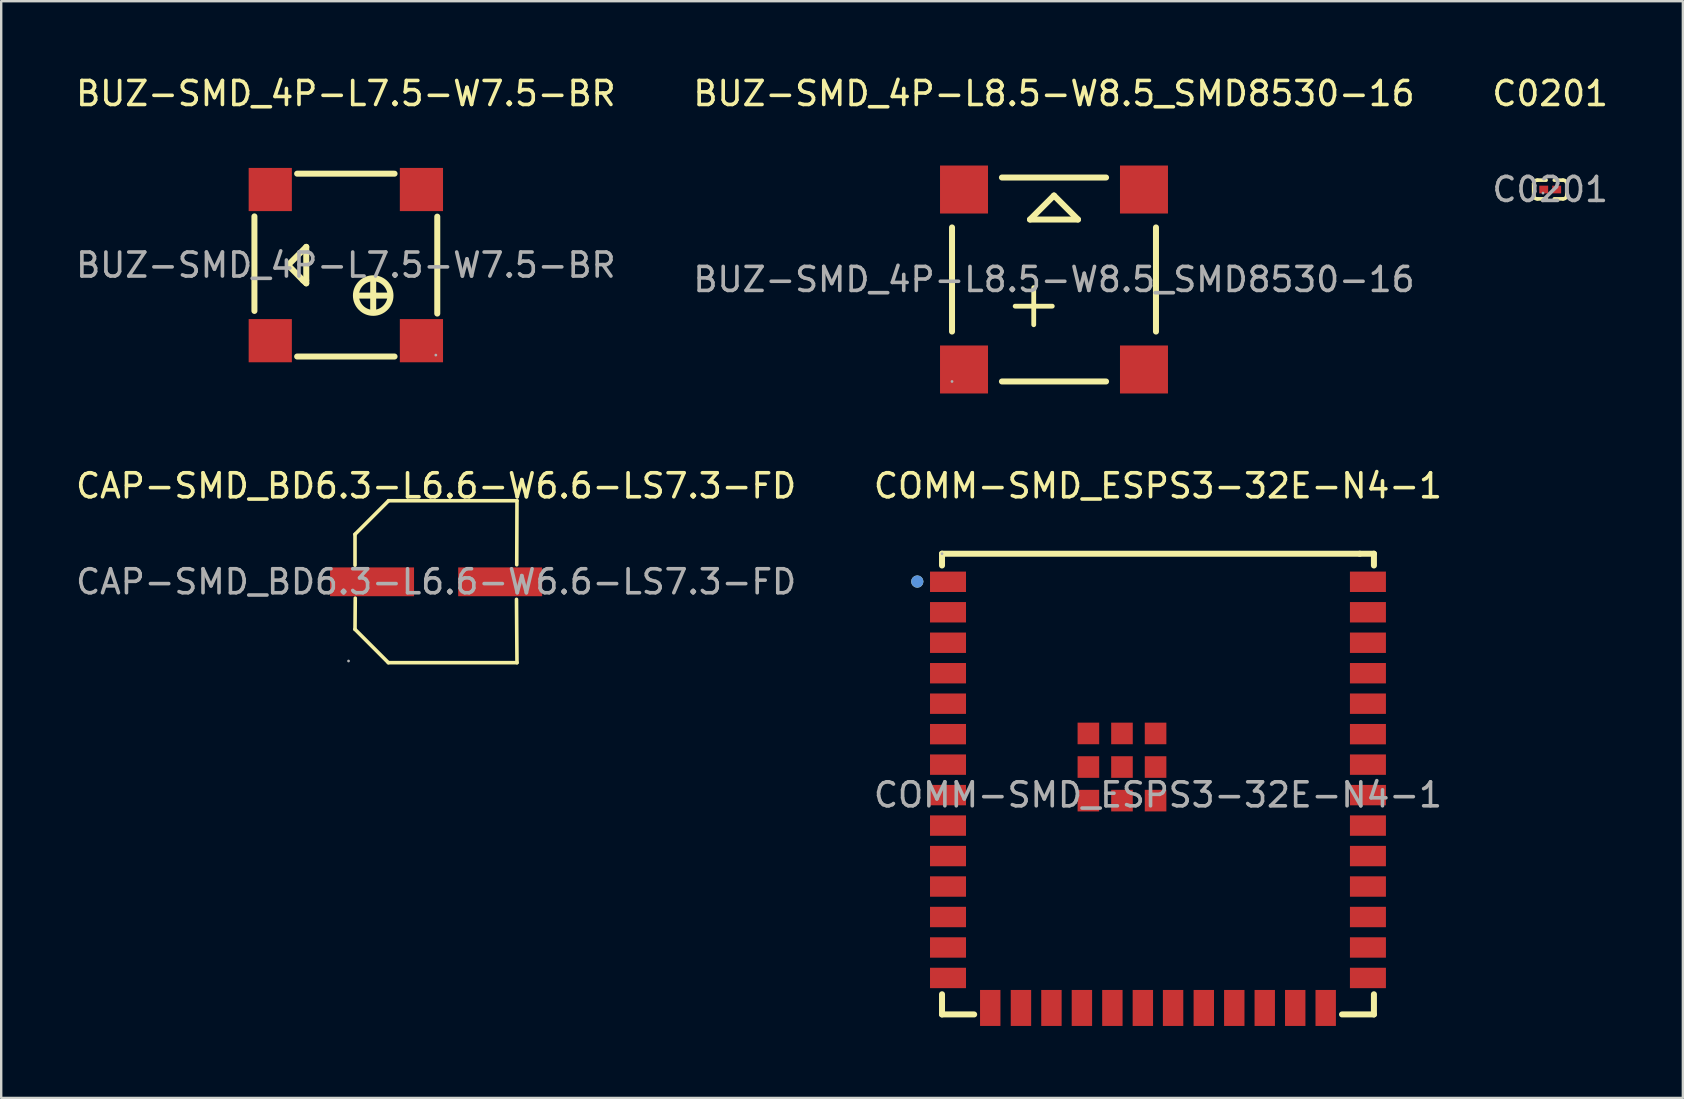
<source format=kicad_pcb>
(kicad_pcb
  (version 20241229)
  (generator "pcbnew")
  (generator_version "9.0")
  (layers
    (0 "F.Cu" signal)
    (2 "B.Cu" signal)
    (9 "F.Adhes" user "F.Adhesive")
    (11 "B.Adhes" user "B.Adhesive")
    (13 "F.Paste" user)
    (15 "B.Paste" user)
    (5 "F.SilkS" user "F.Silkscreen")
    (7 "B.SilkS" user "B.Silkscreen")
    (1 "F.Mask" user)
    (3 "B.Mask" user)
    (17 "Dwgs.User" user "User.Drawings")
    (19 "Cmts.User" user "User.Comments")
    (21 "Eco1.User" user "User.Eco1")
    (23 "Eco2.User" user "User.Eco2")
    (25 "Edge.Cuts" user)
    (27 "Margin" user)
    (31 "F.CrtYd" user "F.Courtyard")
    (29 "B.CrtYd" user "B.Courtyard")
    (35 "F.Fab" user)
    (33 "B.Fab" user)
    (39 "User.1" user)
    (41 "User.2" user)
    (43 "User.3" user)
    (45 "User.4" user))
  (footprint "C0201"
    (layer "F.Cu")
    (at 61.554 4.848)
    (property "Reference" "C0201" (at 0 -4 0) (layer "F.SilkS") (effects (font (size 1 1) (thickness 0.15))))
    (attr through_hole)
    (fp_line (start -0.69 0.24) (end -0.69 -0.24) (stroke (width 0.15) (type solid)) (layer "F.SilkS"))
    (fp_line (start -0.53 -0.39) (end -0.17 -0.39) (stroke (width 0.15) (type solid)) (layer "F.SilkS"))
    (fp_line (start -0.17 0.39) (end -0.53 0.39) (stroke (width 0.15) (type solid)) (layer "F.SilkS"))
    (fp_line (start 0.17 0.39) (end 0.53 0.39) (stroke (width 0.15) (type solid)) (layer "F.SilkS"))
    (fp_line (start 0.53 -0.39) (end 0.17 -0.39) (stroke (width 0.15) (type solid)) (layer "F.SilkS"))
    (fp_line (start 0.69 0.24) (end 0.69 -0.24) (stroke (width 0.15) (type solid)) (layer "F.SilkS"))
    (fp_arc (start -0.690333 -0.239643) (mid -0.642836 -0.349658) (end -0.53 -0.39) (stroke (width 0.15) (type solid)) (layer "F.SilkS"))
    (fp_arc (start -0.529667 0.389644) (mid -0.642348 0.349659) (end -0.69 0.24) (stroke (width 0.15) (type solid)) (layer "F.SilkS"))
    (fp_arc (start 0.53 -0.39) (mid 0.642835 -0.349658) (end 0.690333 -0.239643) (stroke (width 0.15) (type solid)) (layer "F.SilkS"))
    (fp_arc (start 0.69 0.24) (mid 0.642348 0.349658) (end 0.529667 0.389644) (stroke (width 0.15) (type solid)) (layer "F.SilkS"))
    (fp_circle (center -0.3 0.15) (end -0.27 0.15) (stroke (width 0.06) (type solid)) (fill no) (layer "F.Fab"))
    (fp_text user "${REFERENCE}" (at 0 0 0) (layer "F.Fab") (effects (font (size 1 1) (thickness 0.15))))
    (pad "1" smd rect (at -0.27 0) (size 0.37 0.32) (layers "F.Cu" "F.Mask" "F.Paste"))
    (pad "2" smd rect (at 0.27 0) (size 0.37 0.32) (layers "F.Cu" "F.Mask" "F.Paste")))
  (footprint "CAP-SMD_BD6.3-L6.6-W6.6-LS7.3-FD"
    (layer "F.Cu")
    (at 15.125 21.197)
    (property "Reference" "CAP-SMD_BD6.3-L6.6-W6.6-LS7.3-FD" (at 0 -4 0) (layer "F.SilkS") (effects (font (size 1 1) (thickness 0.15))))
    (attr smd)
    (fp_line (start -3.38 -1.98) (end -3.38 -0.69) (stroke (width 0.15) (type solid)) (layer "F.SilkS"))
    (fp_line (start -3.38 1.98) (end -3.37 0.68) (stroke (width 0.15) (type solid)) (layer "F.SilkS"))
    (fp_line (start -1.99 3.37) (end -3.38 1.98) (stroke (width 0.15) (type solid)) (layer "F.SilkS"))
    (fp_line (start -1.98 -3.38) (end -3.38 -1.98) (stroke (width 0.15) (type solid)) (layer "F.SilkS"))
    (fp_line (start 3.35 0.73) (end 3.37 3.37) (stroke (width 0.15) (type solid)) (layer "F.SilkS"))
    (fp_line (start 3.36 -0.71) (end 3.37 -3.38) (stroke (width 0.15) (type solid)) (layer "F.SilkS"))
    (fp_line (start 3.37 -3.38) (end -1.98 -3.38) (stroke (width 0.15) (type solid)) (layer "F.SilkS"))
    (fp_line (start 3.37 3.37) (end -1.99 3.37) (stroke (width 0.15) (type solid)) (layer "F.SilkS"))
    (fp_circle (center -3.65 3.3) (end -3.62 3.3) (stroke (width 0.06) (type solid)) (fill no) (layer "F.Fab"))
    (fp_text user "${REFERENCE}" (at 0 0 0) (layer "F.Fab") (effects (font (size 1 1) (thickness 0.15))))
    (pad "1" smd rect (at -2.67 0) (size 3.5 1.2) (layers "F.Cu" "F.Mask" "F.Paste"))
    (pad "2" smd rect (at 2.67 0) (size 3.5 1.2) (layers "F.Cu" "F.Mask" "F.Paste")))
  (footprint "COMM-SMD_ESPS3-32E-N4-1"
    (layer "F.Cu")
    (at 45.208 30.076)
    (property "Reference" "COMM-SMD_ESPS3-32E-N4-1" (at 0 -12.88 0) (layer "F.SilkS") (effects (font (size 1 1) (thickness 0.15))))
    (attr smd)
    (fp_line (start -9 -10.05) (end -9 -9.56) (stroke (width 0.25) (type solid)) (layer "F.SilkS"))
    (fp_line (start -9 8.31) (end -9 9.15) (stroke (width 0.25) (type solid)) (layer "F.SilkS"))
    (fp_line (start -9 9.15) (end -7.66 9.15) (stroke (width 0.25) (type solid)) (layer "F.SilkS"))
    (fp_line (start 7.67 9.15) (end 9 9.15) (stroke (width 0.25) (type solid)) (layer "F.SilkS"))
    (fp_line (start 8.41 -10.05) (end -9 -10.05) (stroke (width 0.25) (type solid)) (layer "F.SilkS"))
    (fp_line (start 9 -10.05) (end 8.41 -10.05) (stroke (width 0.25) (type solid)) (layer "F.SilkS"))
    (fp_line (start 9 -9.56) (end 9 -10.05) (stroke (width 0.25) (type solid)) (layer "F.SilkS"))
    (fp_line (start 9 9.15) (end 9 8.31) (stroke (width 0.25) (type solid)) (layer "F.SilkS"))
    (fp_circle (center -10.03 -8.89) (end -9.9 -8.89) (stroke (width 0.25) (type solid)) (fill no) (layer "F.SilkS"))
    (fp_circle (center -10.03 -8.89) (end -9.9 -8.89) (stroke (width 0.25) (type solid)) (fill no) (layer "Cmts.User"))
    (fp_circle (center -9 -10.05) (end -8.97 -10.05) (stroke (width 0.06) (type solid)) (fill no) (layer "F.Fab"))
    (fp_text user "${REFERENCE}" (at 0 0 0) (layer "F.Fab") (effects (font (size 1 1) (thickness 0.15))))
    (pad "1" smd rect (at -8.75 -8.88) (size 1.5 0.85) (layers "F.Cu" "F.Mask" "F.Paste"))
    (pad "2" smd rect (at -8.75 -7.61) (size 1.5 0.85) (layers "F.Cu" "F.Mask" "F.Paste"))
    (pad "3" smd rect (at -8.75 -6.34) (size 1.5 0.85) (layers "F.Cu" "F.Mask" "F.Paste"))
    (pad "4" smd rect (at -8.75 -5.07) (size 1.5 0.85) (layers "F.Cu" "F.Mask" "F.Paste"))
    (pad "5" smd rect (at -8.75 -3.8) (size 1.5 0.85) (layers "F.Cu" "F.Mask" "F.Paste"))
    (pad "6" smd rect (at -8.75 -2.53) (size 1.5 0.85) (layers "F.Cu" "F.Mask" "F.Paste"))
    (pad "7" smd rect (at -8.75 -1.26) (size 1.5 0.85) (layers "F.Cu" "F.Mask" "F.Paste"))
    (pad "8" smd rect (at -8.75 0.01) (size 1.5 0.85) (layers "F.Cu" "F.Mask" "F.Paste"))
    (pad "9" smd rect (at -8.75 1.28) (size 1.5 0.85) (layers "F.Cu" "F.Mask" "F.Paste"))
    (pad "10" smd rect (at -8.75 2.55) (size 1.5 0.85) (layers "F.Cu" "F.Mask" "F.Paste"))
    (pad "11" smd rect (at -8.75 3.82) (size 1.5 0.85) (layers "F.Cu" "F.Mask" "F.Paste"))
    (pad "12" smd rect (at -8.75 5.09) (size 1.5 0.85) (layers "F.Cu" "F.Mask" "F.Paste"))
    (pad "13" smd rect (at -8.75 6.36) (size 1.5 0.85) (layers "F.Cu" "F.Mask" "F.Paste"))
    (pad "14" smd rect (at -8.75 7.63) (size 1.5 0.85) (layers "F.Cu" "F.Mask" "F.Paste"))
    (pad "15" smd rect (at -6.99 8.88 90) (size 1.5 0.85) (layers "F.Cu" "F.Mask" "F.Paste"))
    (pad "16" smd rect (at -5.71 8.88 90) (size 1.5 0.85) (layers "F.Cu" "F.Mask" "F.Paste"))
    (pad "17" smd rect (at -4.44 8.88 90) (size 1.5 0.85) (layers "F.Cu" "F.Mask" "F.Paste"))
    (pad "18" smd rect (at -3.17 8.88 90) (size 1.5 0.85) (layers "F.Cu" "F.Mask" "F.Paste"))
    (pad "19" smd rect (at -1.9 8.88 90) (size 1.5 0.85) (layers "F.Cu" "F.Mask" "F.Paste"))
    (pad "20" smd rect (at -0.63 8.88 90) (size 1.5 0.85) (layers "F.Cu" "F.Mask" "F.Paste"))
    (pad "21" smd rect (at 0.63 8.88 90) (size 1.5 0.85) (layers "F.Cu" "F.Mask" "F.Paste"))
    (pad "22" smd rect (at 1.91 8.88 90) (size 1.5 0.85) (layers "F.Cu" "F.Mask" "F.Paste"))
    (pad "23" smd rect (at 3.18 8.88 90) (size 1.5 0.85) (layers "F.Cu" "F.Mask" "F.Paste"))
    (pad "24" smd rect (at 4.45 8.88 90) (size 1.5 0.85) (layers "F.Cu" "F.Mask" "F.Paste"))
    (pad "25" smd rect (at 5.72 8.88 90) (size 1.5 0.85) (layers "F.Cu" "F.Mask" "F.Paste"))
    (pad "26" smd rect (at 6.99 8.88 90) (size 1.5 0.85) (layers "F.Cu" "F.Mask" "F.Paste"))
    (pad "27" smd rect (at 8.75 7.63 180) (size 1.5 0.85) (layers "F.Cu" "F.Mask" "F.Paste"))
    (pad "28" smd rect (at 8.75 6.36 180) (size 1.5 0.85) (layers "F.Cu" "F.Mask" "F.Paste"))
    (pad "29" smd rect (at 8.75 5.09 180) (size 1.5 0.85) (layers "F.Cu" "F.Mask" "F.Paste"))
    (pad "30" smd rect (at 8.75 3.82 180) (size 1.5 0.85) (layers "F.Cu" "F.Mask" "F.Paste"))
    (pad "31" smd rect (at 8.75 2.55 180) (size 1.5 0.85) (layers "F.Cu" "F.Mask" "F.Paste"))
    (pad "32" smd rect (at 8.75 1.28 180) (size 1.5 0.85) (layers "F.Cu" "F.Mask" "F.Paste"))
    (pad "33" smd rect (at 8.75 0.01 180) (size 1.5 0.85) (layers "F.Cu" "F.Mask" "F.Paste"))
    (pad "34" smd rect (at 8.75 -1.26 180) (size 1.5 0.85) (layers "F.Cu" "F.Mask" "F.Paste"))
    (pad "35" smd rect (at 8.75 -2.53 180) (size 1.5 0.85) (layers "F.Cu" "F.Mask" "F.Paste"))
    (pad "36" smd rect (at 8.75 -3.8 180) (size 1.5 0.85) (layers "F.Cu" "F.Mask" "F.Paste"))
    (pad "37" smd rect (at 8.75 -5.07 180) (size 1.5 0.85) (layers "F.Cu" "F.Mask" "F.Paste"))
    (pad "38" smd rect (at 8.75 -6.34 180) (size 1.5 0.85) (layers "F.Cu" "F.Mask" "F.Paste"))
    (pad "39" smd rect (at 8.75 -7.61 180) (size 1.5 0.85) (layers "F.Cu" "F.Mask" "F.Paste"))
    (pad "40" smd rect (at 8.75 -8.88 180) (size 1.5 0.85) (layers "F.Cu" "F.Mask" "F.Paste"))
    (pad "41" smd rect (at -2.9 -2.56 180) (size 0.9 0.9) (layers "F.Cu" "F.Mask" "F.Paste"))
    (pad "41" smd rect (at -2.9 -1.16 180) (size 0.9 0.9) (layers "F.Cu" "F.Mask" "F.Paste"))
    (pad "41" smd rect (at -2.9 0.24 180) (size 0.9 0.9) (layers "F.Cu" "F.Mask" "F.Paste"))
    (pad "41" smd rect (at -1.5 -2.56 180) (size 0.9 0.9) (layers "F.Cu" "F.Mask" "F.Paste"))
    (pad "41" smd rect (at -1.5 -1.16 180) (size 0.9 0.9) (layers "F.Cu" "F.Mask" "F.Paste"))
    (pad "41" smd rect (at -1.5 0.24 180) (size 0.9 0.9) (layers "F.Cu" "F.Mask" "F.Paste"))
    (pad "41" smd rect (at -0.1 -2.56 180) (size 0.9 0.9) (layers "F.Cu" "F.Mask" "F.Paste"))
    (pad "41" smd rect (at -0.1 -1.16 180) (size 0.9 0.9) (layers "F.Cu" "F.Mask" "F.Paste"))
    (pad "41" smd rect (at -0.1 0.24 180) (size 0.9 0.9) (layers "F.Cu" "F.Mask" "F.Paste")))
  (footprint "BUZ-SMD_4P-L7.5-W7.5-BR"
    (layer "F.Cu")
    (at 11.363 7.998)
    (property "Reference" "BUZ-SMD_4P-L7.5-W7.5-BR" (at 0 -7.15 0) (layer "F.SilkS") (effects (font (size 1 1) (thickness 0.15))))
    (attr through_hole)
    (fp_line (start -3.81 -2.03) (end -3.81 1.91) (stroke (width 0.25) (type solid)) (layer "F.SilkS"))
    (fp_line (start -2.41 0) (end -1.65 -0.76) (stroke (width 0.25) (type solid)) (layer "F.SilkS"))
    (fp_line (start -2.03 3.81) (end 2.03 3.81) (stroke (width 0.25) (type solid)) (layer "F.SilkS"))
    (fp_line (start -1.78 0.64) (end -2.41 0) (stroke (width 0.25) (type solid)) (layer "F.SilkS"))
    (fp_line (start -1.65 -0.76) (end -1.65 0.64) (stroke (width 0.25) (type solid)) (layer "F.SilkS"))
    (fp_line (start -1.65 0.64) (end -1.65 0.76) (stroke (width 0.25) (type solid)) (layer "F.SilkS"))
    (fp_line (start -1.65 0.76) (end -1.78 0.64) (stroke (width 0.25) (type solid)) (layer "F.SilkS"))
    (fp_line (start 0.51 1.27) (end 1.78 1.27) (stroke (width 0.25) (type solid)) (layer "F.SilkS"))
    (fp_line (start 1.14 0.64) (end 1.14 1.91) (stroke (width 0.25) (type solid)) (layer "F.SilkS"))
    (fp_line (start 2.03 -3.81) (end -2.03 -3.81) (stroke (width 0.25) (type solid)) (layer "F.SilkS"))
    (fp_line (start 3.81 2.02) (end 3.81 -2.02) (stroke (width 0.25) (type solid)) (layer "F.SilkS"))
    (fp_circle (center 1.14 1.27) (end 1.86 1.27) (stroke (width 0.25) (type solid)) (fill no) (layer "F.SilkS"))
    (fp_circle (center 3.75 3.75) (end 3.78 3.75) (stroke (width 0.06) (type solid)) (fill no) (layer "F.Fab"))
    (fp_text user "${REFERENCE}" (at 0 0 0) (layer "F.Fab") (effects (font (size 1 1) (thickness 0.15))))
    (pad "1" smd rect (at 3.15 3.15) (size 1.8 1.8) (layers "F.Cu" "F.Mask" "F.Paste"))
    (pad "2" smd rect (at 3.15 -3.15) (size 1.8 1.8) (layers "F.Cu" "F.Mask" "F.Paste"))
    (pad "3" smd rect (at -3.15 -3.15) (size 1.8 1.8) (layers "F.Cu" "F.Mask" "F.Paste"))
    (pad "4" smd rect (at -3.15 3.15) (size 1.8 1.8) (layers "F.Cu" "F.Mask" "F.Paste")))
  (footprint "BUZ-SMD_4P-L8.5-W8.5_SMD8530-16"
    (layer "F.Cu")
    (at 40.875 8.598)
    (property "Reference" "BUZ-SMD_4P-L8.5-W8.5_SMD8530-16" (at 0 -7.75 0) (layer "F.SilkS") (effects (font (size 1 1) (thickness 0.15))))
    (attr through_hole)
    (fp_line (start -4.25 2.17) (end -4.25 -2.17) (stroke (width 0.25) (type solid)) (layer "F.SilkS"))
    (fp_line (start -2.17 -4.25) (end 2.17 -4.25) (stroke (width 0.25) (type solid)) (layer "F.SilkS"))
    (fp_line (start -1 -2.5) (end 1 -2.5) (stroke (width 0.25) (type solid)) (layer "F.SilkS"))
    (fp_line (start 0 -3.5) (end -1 -2.5) (stroke (width 0.25) (type solid)) (layer "F.SilkS"))
    (fp_line (start 1 -2.5) (end 0 -3.5) (stroke (width 0.25) (type solid)) (layer "F.SilkS"))
    (fp_line (start 2.17 4.25) (end -2.17 4.25) (stroke (width 0.25) (type solid)) (layer "F.SilkS"))
    (fp_line (start 4.25 -2.17) (end 4.25 2.17) (stroke (width 0.25) (type solid)) (layer "F.SilkS"))
    (fp_circle (center -4.25 4.25) (end -4.22 4.25) (stroke (width 0.06) (type solid)) (fill no) (layer "F.Fab"))
    (fp_text user "+" (at -1 2.5 90) (layer "F.SilkS") (effects (font (size 2.03 2.03) (thickness 0.2)) (justify left)))
    (fp_text user "${REFERENCE}" (at 0 0 0) (layer "F.Fab") (effects (font (size 1 1) (thickness 0.15))))
    (pad "1" smd rect (at -3.75 3.75) (size 2 2) (layers "F.Cu" "F.Mask" "F.Paste"))
    (pad "2" smd rect (at 3.75 3.75) (size 2 2) (layers "F.Cu" "F.Mask" "F.Paste"))
    (pad "3" smd rect (at 3.75 -3.75) (size 2 2) (layers "F.Cu" "F.Mask" "F.Paste"))
    (pad "4" smd rect (at -3.75 -3.75) (size 2 2) (layers "F.Cu" "F.Mask" "F.Paste")))
  (gr_rect
    (start -3 -3)
    (end 67.083 42.706)
    (stroke (width 0.1) (type default))
    (fill no)
    (layer "Edge.Cuts")))
</source>
